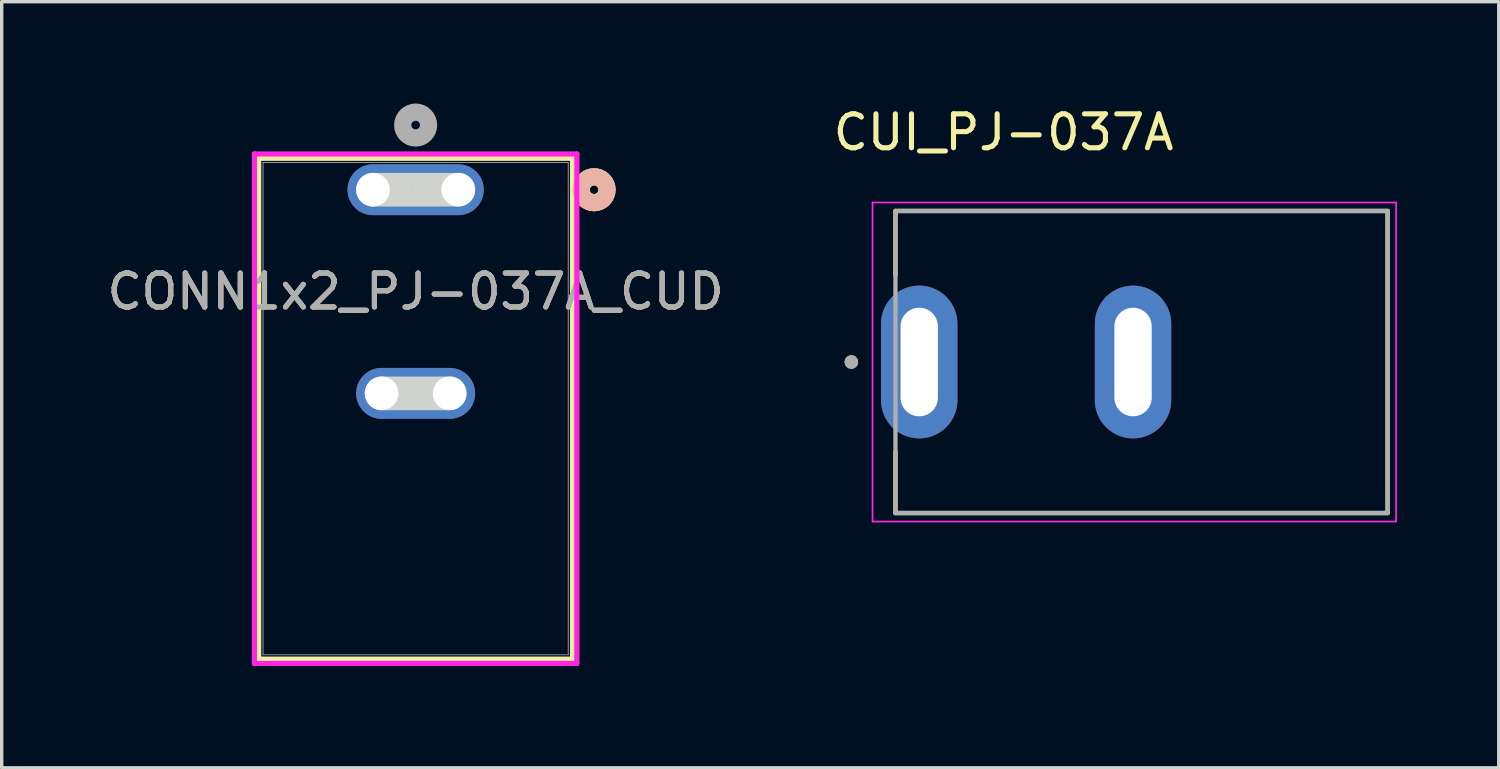
<source format=kicad_pcb>
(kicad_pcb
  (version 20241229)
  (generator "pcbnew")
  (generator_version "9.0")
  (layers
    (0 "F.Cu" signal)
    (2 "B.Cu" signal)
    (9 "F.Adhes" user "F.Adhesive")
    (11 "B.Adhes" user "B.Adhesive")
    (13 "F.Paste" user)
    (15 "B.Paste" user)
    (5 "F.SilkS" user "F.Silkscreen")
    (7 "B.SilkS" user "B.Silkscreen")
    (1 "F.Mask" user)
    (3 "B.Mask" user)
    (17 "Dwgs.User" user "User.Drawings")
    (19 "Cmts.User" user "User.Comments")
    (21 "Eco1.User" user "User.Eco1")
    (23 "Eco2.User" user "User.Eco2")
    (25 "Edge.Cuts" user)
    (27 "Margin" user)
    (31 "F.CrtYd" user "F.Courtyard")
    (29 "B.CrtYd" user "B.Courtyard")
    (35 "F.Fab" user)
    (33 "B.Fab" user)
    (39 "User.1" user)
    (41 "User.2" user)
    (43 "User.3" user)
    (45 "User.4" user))
  (footprint "CUI_PJ-037A"
    (layer "F.Cu")
    (at 24.034 7.616)
    (property "Reference" "CUI_PJ-037A" (at 2.486 -6.767 0) (layer "F.SilkS") (effects (font (size 1 1) (thickness 0.15))))
    (attr through_hole)
    (fp_line (start -0.7 -4.45) (end 13.8 -4.45) (stroke (width 0.127) (type solid)) (layer "F.SilkS"))
    (fp_line (start -0.7 -2.55) (end -0.7 -4.45) (stroke (width 0.127) (type solid)) (layer "F.SilkS"))
    (fp_line (start -0.7 4.45) (end -0.7 2.65) (stroke (width 0.127) (type solid)) (layer "F.SilkS"))
    (fp_line (start 13.8 -4.45) (end 13.8 4.45) (stroke (width 0.127) (type solid)) (layer "F.SilkS"))
    (fp_line (start 13.8 4.45) (end -0.7 4.45) (stroke (width 0.127) (type solid)) (layer "F.SilkS"))
    (fp_circle (center -2 0) (end -1.9 0) (stroke (width 0.2) (type solid)) (fill no) (layer "F.SilkS"))
    (fp_line (start -1.375 -4.7) (end -1.375 4.7) (stroke (width 0.05) (type solid)) (layer "F.CrtYd"))
    (fp_line (start -1.375 -4.7) (end 14.05 -4.7) (stroke (width 0.05) (type solid)) (layer "F.CrtYd"))
    (fp_line (start 14.05 -4.7) (end 14.05 4.7) (stroke (width 0.05) (type solid)) (layer "F.CrtYd"))
    (fp_line (start 14.05 4.7) (end -1.375 4.7) (stroke (width 0.05) (type solid)) (layer "F.CrtYd"))
    (fp_line (start -0.7 -4.45) (end 13.8 -4.45) (stroke (width 0.127) (type solid)) (layer "F.Fab"))
    (fp_line (start -0.7 4.45) (end -0.7 -4.45) (stroke (width 0.127) (type solid)) (layer "F.Fab"))
    (fp_line (start 13.8 -4.45) (end 13.8 4.45) (stroke (width 0.127) (type solid)) (layer "F.Fab"))
    (fp_line (start 13.8 4.45) (end -0.7 4.45) (stroke (width 0.127) (type solid)) (layer "F.Fab"))
    (fp_circle (center -2 0) (end -1.9 0) (stroke (width 0.2) (type solid)) (fill no) (layer "F.Fab"))
    (pad "1" thru_hole oval (at 0 0) (size 2.25 4.5) (drill oval 1.1 3.2) (layers "*.Cu" "*.Mask"))
    (pad "2" thru_hole oval (at 6.3 0) (size 2.25 4.5) (drill oval 1.1 3.2) (layers "*.Cu" "*.Mask")))
  (footprint "CONN1x2_PJ-037A_CUD"
    (layer "F.Cu")
    (at 9.196 2.54)
    (property "Reference" "CONN1x2_PJ-037A_CUD" (at 0 3 0) (unlocked yes) (layer "F.SilkS") (effects (font (size 1 1) (thickness 0.15))))
    (attr through_hole)
    (fp_line (start -4.623 -0.927) (end -4.623 13.83) (stroke (width 0.152) (type solid)) (layer "F.SilkS"))
    (fp_line (start -4.623 13.83) (end 4.623 13.83) (stroke (width 0.152) (type solid)) (layer "F.SilkS"))
    (fp_line (start 4.623 -0.927) (end -4.623 -0.927) (stroke (width 0.152) (type solid)) (layer "F.SilkS"))
    (fp_line (start 4.623 13.83) (end 4.623 -0.927) (stroke (width 0.152) (type solid)) (layer "F.SilkS"))
    (fp_circle (center 5.258 0) (end 5.639 0) (stroke (width 0.508) (type solid)) (fill no) (layer "F.SilkS"))
    (fp_circle (center 5.258 0) (end 5.639 0) (stroke (width 0.508) (type solid)) (fill no) (layer "B.SilkS"))
    (fp_line (start -1.257 0) (end 1.257 0) (stroke (width 0.991) (type solid)) (layer "Edge.Cuts"))
    (fp_line (start -1.003 6) (end 1.003 6) (stroke (width 0.991) (type solid)) (layer "Edge.Cuts"))
    (fp_line (start -4.75 -1.054) (end -4.75 13.957) (stroke (width 0.152) (type solid)) (layer "F.CrtYd"))
    (fp_line (start -4.75 13.957) (end 4.75 13.957) (stroke (width 0.152) (type solid)) (layer "F.CrtYd"))
    (fp_line (start 4.75 -1.054) (end -4.75 -1.054) (stroke (width 0.152) (type solid)) (layer "F.CrtYd"))
    (fp_line (start 4.75 13.957) (end 4.75 -1.054) (stroke (width 0.152) (type solid)) (layer "F.CrtYd"))
    (fp_line (start -4.496 -0.8) (end -4.496 13.703) (stroke (width 0.025) (type solid)) (layer "F.Fab"))
    (fp_line (start -4.496 13.703) (end 4.496 13.703) (stroke (width 0.025) (type solid)) (layer "F.Fab"))
    (fp_line (start 4.496 -0.8) (end -4.496 -0.8) (stroke (width 0.025) (type solid)) (layer "F.Fab"))
    (fp_line (start 4.496 13.703) (end 4.496 -0.8) (stroke (width 0.025) (type solid)) (layer "F.Fab"))
    (fp_circle (center 0 -1.905) (end 0.381 -1.905) (stroke (width 0.508) (type solid)) (fill no) (layer "F.Fab"))
    (fp_text user "${REFERENCE}" (at 0 3 0) (unlocked yes) (layer "F.Fab") (effects (font (size 1 1) (thickness 0.15))))
    (pad "" np_thru_hole circle (at -1.257 0) (size 0.991 0.991) (drill 0.991) (layers "*.Cu" "*.Mask"))
    (pad "" np_thru_hole circle (at -1.003 6) (size 0.991 0.991) (drill 0.991) (layers "*.Cu" "*.Mask"))
    (pad "" np_thru_hole circle (at 1.003 6) (size 0.991 0.991) (drill 0.991) (layers "*.Cu" "*.Mask"))
    (pad "" np_thru_hole circle (at 1.257 0) (size 0.991 0.991) (drill 0.991) (layers "*.Cu" "*.Mask"))
    (pad "1" thru_hole oval (at 0 0) (size 4.013 1.499) (drill 0.025) (layers "*.Cu" "*.Mask"))
    (pad "2" thru_hole oval (at 0 6) (size 3.505 1.499) (drill 0.025) (layers "*.Cu" "*.Mask")))
  (gr_rect
    (start -3 -3)
    (end 41.109 19.574)
    (stroke (width 0.1) (type default))
    (fill no)
    (layer "Edge.Cuts")))
</source>
